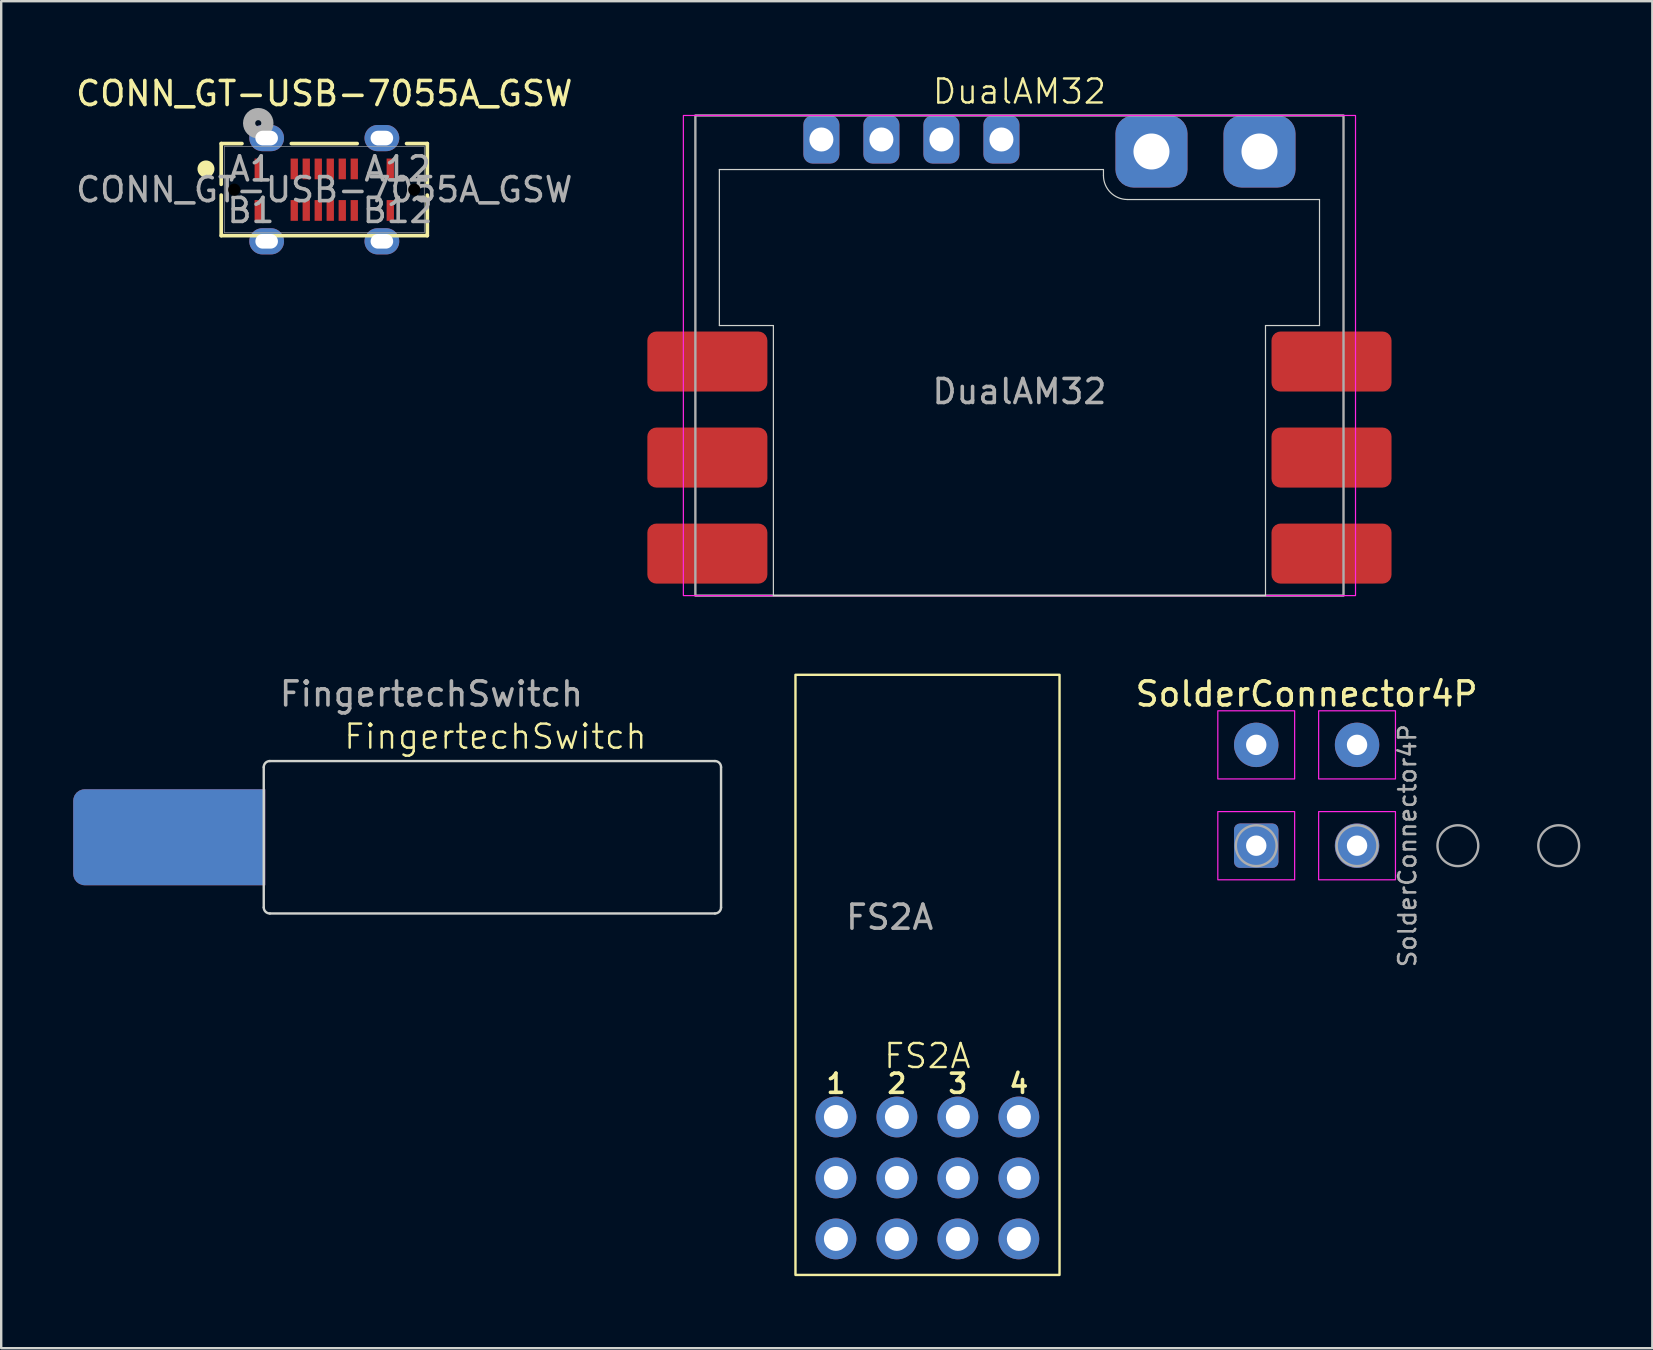
<source format=kicad_pcb>
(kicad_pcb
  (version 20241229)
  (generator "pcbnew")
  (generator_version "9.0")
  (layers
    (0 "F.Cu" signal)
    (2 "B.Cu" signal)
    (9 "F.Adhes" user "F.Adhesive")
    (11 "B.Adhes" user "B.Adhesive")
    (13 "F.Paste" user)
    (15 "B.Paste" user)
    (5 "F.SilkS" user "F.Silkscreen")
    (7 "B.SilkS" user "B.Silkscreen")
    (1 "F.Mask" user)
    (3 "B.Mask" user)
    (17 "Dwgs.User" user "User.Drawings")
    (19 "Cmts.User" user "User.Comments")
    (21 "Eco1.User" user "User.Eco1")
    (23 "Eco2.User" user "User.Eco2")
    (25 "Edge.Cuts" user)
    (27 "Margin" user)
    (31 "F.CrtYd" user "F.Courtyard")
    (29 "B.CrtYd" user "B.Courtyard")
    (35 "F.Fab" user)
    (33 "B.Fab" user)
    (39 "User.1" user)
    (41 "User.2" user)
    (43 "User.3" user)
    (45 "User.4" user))
  (footprint "CONN_GT-USB-7055A_GSW"
    (layer "F.Cu")
    (at 10.458 4.848)
    (property "Reference" "CONN_GT-USB-7055A_GSW" (at 0 -4 0) (unlocked yes) (layer "F.SilkS") (effects (font (size 1 1) (thickness 0.15))))
    (attr smd)
    (fp_line (start -4.293 -1.918) (end -4.293 -0.219) (stroke (width 0.152) (type solid)) (layer "F.SilkS"))
    (fp_line (start -4.293 0.228) (end -4.293 1.918) (stroke (width 0.152) (type solid)) (layer "F.SilkS"))
    (fp_line (start -4.293 1.918) (end 4.293 1.918) (stroke (width 0.152) (type solid)) (layer "F.SilkS"))
    (fp_line (start -3.428 -1.918) (end -4.293 -1.918) (stroke (width 0.152) (type solid)) (layer "F.SilkS"))
    (fp_line (start 1.372 -1.918) (end -1.372 -1.918) (stroke (width 0.152) (type solid)) (layer "F.SilkS"))
    (fp_line (start 4.293 -1.918) (end 3.428 -1.918) (stroke (width 0.152) (type solid)) (layer "F.SilkS"))
    (fp_line (start 4.293 -0.219) (end 4.293 -1.918) (stroke (width 0.152) (type solid)) (layer "F.SilkS"))
    (fp_line (start 4.293 1.918) (end 4.293 0.228) (stroke (width 0.152) (type solid)) (layer "F.SilkS"))
    (fp_circle (center -4.928 -0.861) (end -4.828 -0.861) (stroke (width 0.508) (type solid)) (fill yes) (layer "F.SilkS"))
    (fp_line (start -4.166 -1.791) (end -4.166 1.791) (stroke (width 0.025) (type solid)) (layer "F.Fab"))
    (fp_line (start -4.166 1.791) (end 4.166 1.791) (stroke (width 0.025) (type solid)) (layer "F.Fab"))
    (fp_line (start 4.166 -1.791) (end -4.166 -1.791) (stroke (width 0.025) (type solid)) (layer "F.Fab"))
    (fp_line (start 4.166 1.791) (end 4.166 -1.791) (stroke (width 0.025) (type solid)) (layer "F.Fab"))
    (fp_circle (center -2.75 -2.766) (end -2.369 -2.766) (stroke (width 0.508) (type solid)) (fill no) (layer "F.Fab"))
    (fp_text user "${REFERENCE}" (at 0 0.004 0) (unlocked yes) (layer "F.Fab") (effects (font (size 1 1) (thickness 0.15))))
    (fp_text user "B12" (at 3.055 0.869 0) (unlocked yes) (layer "F.Fab") (effects (font (size 1 1) (thickness 0.15))))
    (fp_text user "B1" (at -3.055 0.869 0) (unlocked yes) (layer "F.Fab") (effects (font (size 1 1) (thickness 0.15))))
    (fp_text user "A1" (at -3.055 -0.861 0) (unlocked yes) (layer "F.Fab") (effects (font (size 1 1) (thickness 0.15))))
    (fp_text user "A12" (at 3.055 -0.861 0) (unlocked yes) (layer "F.Fab") (effects (font (size 1 1) (thickness 0.15))))
    (pad "" np_thru_hole circle (at -3.75 0.004) (size 0.508 0.508) (drill 0.508) (layers))
    (pad "" np_thru_hole circle (at 3.75 0.004) (size 0.508 0.508) (drill 0.508) (layers))
    (pad "A1" smd rect (at -2.75 -0.861) (size 0.305 0.864) (layers "F.Cu" "F.Mask" "F.Paste"))
    (pad "A4" smd rect (at -1.25 -0.861) (size 0.305 0.864) (layers "F.Cu" "F.Mask" "F.Paste"))
    (pad "A5" smd rect (at -0.75 -0.861) (size 0.305 0.864) (layers "F.Cu" "F.Mask" "F.Paste"))
    (pad "A6" smd rect (at -0.25 -0.861) (size 0.305 0.864) (layers "F.Cu" "F.Mask" "F.Paste"))
    (pad "A7" smd rect (at 0.25 -0.861) (size 0.305 0.864) (layers "F.Cu" "F.Mask" "F.Paste"))
    (pad "A8" smd rect (at 0.75 -0.861) (size 0.305 0.864) (layers "F.Cu" "F.Mask" "F.Paste"))
    (pad "A9" smd rect (at 1.25 -0.861) (size 0.305 0.864) (layers "F.Cu" "F.Mask" "F.Paste"))
    (pad "A12" smd rect (at 2.75 -0.861) (size 0.305 0.864) (layers "F.Cu" "F.Mask" "F.Paste"))
    (pad "B1" smd rect (at 2.75 0.869) (size 0.305 0.864) (layers "F.Cu" "F.Mask" "F.Paste"))
    (pad "B4" smd rect (at 1.25 0.869) (size 0.305 0.864) (layers "F.Cu" "F.Mask" "F.Paste"))
    (pad "B5" smd rect (at 0.75 0.869) (size 0.305 0.864) (layers "F.Cu" "F.Mask" "F.Paste"))
    (pad "B6" smd rect (at 0.25 0.869) (size 0.305 0.864) (layers "F.Cu" "F.Mask" "F.Paste"))
    (pad "B7" smd rect (at -0.25 0.869) (size 0.305 0.864) (layers "F.Cu" "F.Mask" "F.Paste"))
    (pad "B8" smd rect (at -0.75 0.869) (size 0.305 0.864) (layers "F.Cu" "F.Mask" "F.Paste"))
    (pad "B9" smd rect (at -1.25 0.869) (size 0.305 0.864) (layers "F.Cu" "F.Mask" "F.Paste"))
    (pad "B12" smd rect (at -2.75 0.869) (size 0.305 0.864) (layers "F.Cu" "F.Mask" "F.Paste"))
    (pad "S1" thru_hole oval (at -2.4 -2.146) (size 1.448 1.092) (drill oval 0.94 0.61) (layers "*.Cu" "*.Mask"))
    (pad "S1" thru_hole oval (at -2.4 2.154) (size 1.448 1.092) (drill oval 0.94 0.61) (layers "*.Cu" "*.Mask"))
    (pad "S1" thru_hole oval (at 2.4 -2.146) (size 1.448 1.092) (drill oval 0.94 0.61) (layers "*.Cu" "*.Mask"))
    (pad "S1" thru_hole oval (at 2.4 2.154) (size 1.448 1.092) (drill oval 0.94 0.61) (layers "*.Cu" "*.Mask")))
  (footprint "DualAM32"
    (layer "F.Cu")
    (at 39.417 21.761)
    (property "Reference" "DualAM32" (at 0 -21 0) (unlocked yes) (layer "F.SilkS") (effects (font (size 1 1) (thickness 0.1))))
    (attr smd)
    (fp_line (start -12.5 -17.75) (end -12.5 -11.25) (stroke (width 0.05) (type default)) (layer "Edge.Cuts"))
    (fp_line (start -12.5 -11.25) (end -10.25 -11.25) (stroke (width 0.05) (type default)) (layer "Edge.Cuts"))
    (fp_line (start -10.25 0) (end -10.25 -11.25) (stroke (width 0.05) (type default)) (layer "Edge.Cuts"))
    (fp_line (start 3.5 -17.75) (end -12.5 -17.75) (stroke (width 0.05) (type default)) (layer "Edge.Cuts"))
    (fp_line (start 3.5 -17.5) (end 3.5 -17.75) (stroke (width 0.05) (type default)) (layer "Edge.Cuts"))
    (fp_line (start 10.25 -11.25) (end 12.5 -11.25) (stroke (width 0.05) (type default)) (layer "Edge.Cuts"))
    (fp_line (start 10.25 0) (end -10.25 0) (stroke (width 0.05) (type default)) (layer "Edge.Cuts"))
    (fp_line (start 10.25 0) (end 10.25 -11.25) (stroke (width 0.05) (type default)) (layer "Edge.Cuts"))
    (fp_line (start 12.5 -16.5) (end 4.5 -16.5) (stroke (width 0.05) (type default)) (layer "Edge.Cuts"))
    (fp_line (start 12.5 -11.25) (end 12.5 -16.5) (stroke (width 0.05) (type default)) (layer "Edge.Cuts"))
    (fp_arc (start 4.5 -16.5) (mid 3.792893 -16.792893) (end 3.5 -17.5) (stroke (width 0.05) (type default)) (layer "Edge.Cuts"))
    (fp_rect (start -14 -20) (end 14 0) (stroke (width 0.05) (type solid)) (fill no) (layer "F.CrtYd"))
    (fp_rect (start -13.5 -20) (end 13.5 0) (stroke (width 0.1) (type solid)) (fill no) (layer "F.Fab"))
    (fp_text user "${REFERENCE}" (at 0 -8.5 0) (unlocked yes) (layer "F.Fab") (effects (font (size 1 1) (thickness 0.15))))
    (pad "1" smd roundrect (at 13 -1.75) (size 5 2.5) (layers "F.Cu" "F.Mask" "F.Paste") (roundrect_rratio 0.15))
    (pad "2" smd roundrect (at 13 -5.75) (size 5 2.5) (layers "F.Cu" "F.Mask" "F.Paste") (roundrect_rratio 0.15))
    (pad "3" smd roundrect (at 13 -9.75) (size 5 2.5) (layers "F.Cu" "F.Mask" "F.Paste") (roundrect_rratio 0.15))
    (pad "4" smd roundrect (at -13 -1.75) (size 5 2.5) (layers "F.Cu" "F.Mask" "F.Paste") (roundrect_rratio 0.15))
    (pad "5" smd roundrect (at -13 -5.75) (size 5 2.5) (layers "F.Cu" "F.Mask" "F.Paste") (roundrect_rratio 0.15))
    (pad "6" smd roundrect (at -13 -9.75) (size 5 2.5) (layers "F.Cu" "F.Mask" "F.Paste") (roundrect_rratio 0.15))
    (pad "7" thru_hole roundrect (at 10 -18.5) (size 3 3) (drill 1.5) (layers "*.Cu" "*.Mask") (roundrect_rratio 0.25))
    (pad "8" thru_hole roundrect (at 5.5 -18.5) (size 3 3) (drill 1.5) (layers "*.Cu" "*.Mask") (roundrect_rratio 0.25))
    (pad "9" thru_hole roundrect (at -8.25 -19) (size 1.5 2) (drill 1) (layers "*.Cu" "*.Mask") (roundrect_rratio 0.25))
    (pad "10" thru_hole roundrect (at -5.75 -19) (size 1.5 2) (drill 1) (layers "*.Cu" "*.Mask") (roundrect_rratio 0.25))
    (pad "11" thru_hole roundrect (at -3.25 -19) (size 1.5 2) (drill 1) (layers "*.Cu" "*.Mask") (roundrect_rratio 0.25))
    (pad "12" thru_hole roundrect (at -0.75 -19) (size 1.5 2) (drill 1) (layers "*.Cu" "*.Mask") (roundrect_rratio 0.25)))
  (footprint "FS2A"
    (layer "F.Cu")
    (at 34.312 48.56)
    (property "Reference" "FS2A" (at 1.27 -7.62 0) (unlocked yes) (layer "F.SilkS") (effects (font (size 1 1) (thickness 0.1))))
    (attr through_hole)
    (fp_rect (start -4.225 -23.5) (end 6.775 1.5) (stroke (width 0.1) (type solid)) (fill no) (layer "F.SilkS"))
    (fp_text user "2" (at 0 -6 0) (unlocked yes) (layer "F.SilkS") (effects (font (size 0.8 0.8) (thickness 0.15)) (justify bottom)))
    (fp_text user "4" (at 5.08 -6 0) (unlocked yes) (layer "F.SilkS") (effects (font (size 0.8 0.8) (thickness 0.15)) (justify bottom)))
    (fp_text user "3" (at 2.54 -6 0) (unlocked yes) (layer "F.SilkS") (effects (font (size 0.8 0.8) (thickness 0.15)) (justify bottom)))
    (fp_text user "1" (at -2.54 -6 0) (unlocked yes) (layer "F.SilkS") (effects (font (size 0.8 0.8) (thickness 0.15)) (justify bottom)))
    (fp_text user "${REFERENCE}" (at -0.3 -13.4 0) (unlocked yes) (layer "F.Fab") (effects (font (size 1 1) (thickness 0.15))))
    (pad "1" thru_hole circle (at -2.54 -5.08) (size 1.7 1.7) (drill 1) (layers "*.Cu" "*.Mask"))
    (pad "2" thru_hole circle (at 0 -5.08) (size 1.7 1.7) (drill 1) (layers "*.Cu" "*.Mask"))
    (pad "3" thru_hole circle (at 2.54 -5.08) (size 1.7 1.7) (drill 1) (layers "*.Cu" "*.Mask"))
    (pad "4" thru_hole circle (at 5.08 -5.08) (size 1.7 1.7) (drill 1) (layers "*.Cu" "*.Mask"))
    (pad "5" thru_hole circle (at -2.54 -2.54) (size 1.7 1.7) (drill 1) (layers "*.Cu" "*.Mask"))
    (pad "5" thru_hole circle (at 0 -2.54) (size 1.7 1.7) (drill 1) (layers "*.Cu" "*.Mask"))
    (pad "5" thru_hole circle (at 2.54 -2.54) (size 1.7 1.7) (drill 1) (layers "*.Cu" "*.Mask"))
    (pad "5" thru_hole circle (at 5.08 -2.54) (size 1.7 1.7) (drill 1) (layers "*.Cu" "*.Mask"))
    (pad "6" thru_hole circle (at -2.54 0) (size 1.7 1.7) (drill 1) (layers "*.Cu" "*.Mask"))
    (pad "6" thru_hole circle (at 0 0) (size 1.7 1.7) (drill 1) (layers "*.Cu" "*.Mask"))
    (pad "6" thru_hole circle (at 2.54 0) (size 1.7 1.7) (drill 1) (layers "*.Cu" "*.Mask"))
    (pad "6" thru_hole circle (at 5.08 0) (size 1.7 1.7) (drill 1) (layers "*.Cu" "*.Mask")))
  (footprint "FingertechSwitch"
    (layer "F.Cu")
    (at 14.287 31.828)
    (property "Reference" "FingertechSwitch" (at 3.302 -4.191 0) (unlocked yes) (layer "F.SilkS") (effects (font (size 1 1) (thickness 0.1))))
    (attr smd)
    (fp_line (start -6.35 2.921) (end -6.35 -2.921) (stroke (width 0.1) (type default)) (layer "Edge.Cuts"))
    (fp_line (start -6.096 -3.175) (end 12.446 -3.175) (stroke (width 0.1) (type default)) (layer "Edge.Cuts"))
    (fp_line (start 12.446 3.175) (end -6.096 3.175) (stroke (width 0.1) (type default)) (layer "Edge.Cuts"))
    (fp_line (start 12.7 -2.921) (end 12.7 2.921) (stroke (width 0.1) (type default)) (layer "Edge.Cuts"))
    (fp_arc (start -6.35 -2.921) (mid -6.275605 -3.100605) (end -6.096 -3.175) (stroke (width 0.1) (type default)) (layer "Edge.Cuts"))
    (fp_arc (start -6.096 3.175) (mid -6.275605 3.100605) (end -6.35 2.921) (stroke (width 0.1) (type default)) (layer "Edge.Cuts"))
    (fp_arc (start 12.446 -3.175) (mid 12.625605 -3.100605) (end 12.7 -2.921) (stroke (width 0.1) (type default)) (layer "Edge.Cuts"))
    (fp_arc (start 12.7 2.921) (mid 12.625605 3.100605) (end 12.446 3.175) (stroke (width 0.1) (type default)) (layer "Edge.Cuts"))
    (fp_text user "${REFERENCE}" (at 0.635 -5.969 0) (unlocked yes) (layer "F.Fab") (effects (font (size 1 1) (thickness 0.15))))
    (pad "1" smd roundrect (at -10.287 0) (size 8 4) (layers "F.Cu" "F.Mask" "F.Paste") (roundrect_rratio 0.12) (chamfer_ratio 0) (chamfer top_right bottom_right))
    (pad "2" smd roundrect (at -10.287 0 180) (size 8 4) (layers "B.Cu" "B.Mask" "B.Paste") (roundrect_rratio 0.12) (chamfer_ratio 0) (chamfer top_left bottom_left)))
  (footprint "SolderConnector4P"
    (layer "F.Cu")
    (at 49.281 32.179)
    (property "Reference" "SolderConnector4P" (at 2.1 -6.32 0) (layer "F.SilkS") (effects (font (size 1 1) (thickness 0.15))))
    (attr exclude_from_pos_files exclude_from_bom)
    (fp_rect (start -1.6 -5.62) (end 1.6 -2.78) (stroke (width 0.05) (type solid)) (fill no) (layer "F.CrtYd"))
    (fp_rect (start -1.6 -1.42) (end 1.6 1.42) (stroke (width 0.05) (type solid)) (fill no) (layer "F.CrtYd"))
    (fp_rect (start 2.6 -5.62) (end 5.8 -2.78) (stroke (width 0.05) (type solid)) (fill no) (layer "F.CrtYd"))
    (fp_rect (start 2.6 -1.42) (end 5.8 1.42) (stroke (width 0.05) (type solid)) (fill no) (layer "F.CrtYd"))
    (fp_circle (center 0 0) (end 0.85 0) (stroke (width 0.1) (type solid)) (fill no) (layer "F.Fab"))
    (fp_circle (center 4.2 0) (end 5.05 0) (stroke (width 0.1) (type solid)) (fill no) (layer "F.Fab"))
    (fp_circle (center 8.4 0) (end 9.25 0) (stroke (width 0.1) (type solid)) (fill no) (layer "F.Fab"))
    (fp_circle (center 12.6 0) (end 13.45 0) (stroke (width 0.1) (type solid)) (fill no) (layer "F.Fab"))
    (fp_text user "${REFERENCE}" (at 6.3 0 90) (layer "F.Fab") (effects (font (size 0.71 0.71) (thickness 0.11))))
    (pad "1" thru_hole roundrect (at 0 0) (size 1.85 1.85) (drill 0.85) (layers "*.Cu" "*.Mask") (roundrect_rratio 0.135))
    (pad "2" thru_hole circle (at 0 -4.2) (size 1.85 1.85) (drill 0.85) (layers "*.Cu" "*.Mask"))
    (pad "3" thru_hole circle (at 4.2 -4.2) (size 1.85 1.85) (drill 0.85) (layers "*.Cu" "*.Mask"))
    (pad "4" thru_hole circle (at 4.2 0) (size 1.85 1.85) (drill 0.85) (layers "*.Cu" "*.Mask")))
  (gr_rect
    (start -3 -3)
    (end 65.781 53.111)
    (stroke (width 0.1) (type default))
    (fill no)
    (layer "Edge.Cuts")))
</source>
